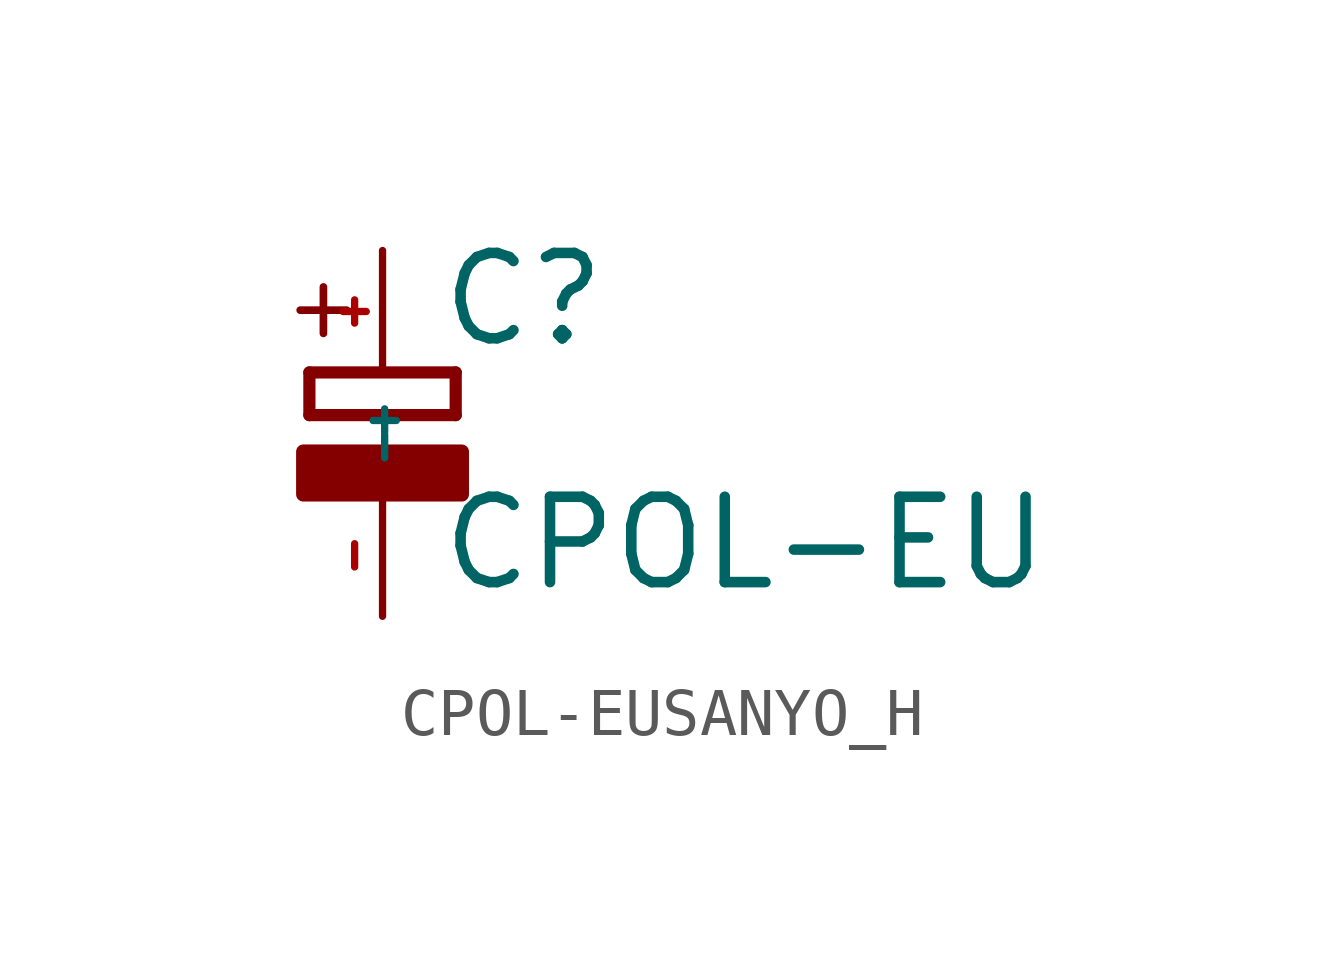
<source format=kicad_sym>
(kicad_symbol_lib
  (version 20220914)
  (generator Eagle2Kicad)
  (symbol "CPOL-EUSANYO_H"
    (property "Reference" "C"
      (at 1.143 0.483 0)
      (effects (font (size 1.778 1.778) (thickness 0.22)) (justify left bottom)))
    (property "Value" "CPOL-EU"
      (at 1.143 -4.597 0)
      (effects (font (size 1.778 1.778) (thickness 0.22)) (justify left bottom)))
    (polyline
      (pts (xy -1.524 -0.889) (xy 1.524 -0.889))
      (stroke (width 0.254) (type default))
      (fill (type none)))
    (polyline
      (pts (xy 1.524 -0.889) (xy 1.524 0))
      (stroke (width 0.254) (type default))
      (fill (type none)))
    (polyline
      (pts (xy -1.524 0) (xy -1.524 -0.889))
      (stroke (width 0.254) (type default))
      (fill (type none)))
    (polyline
      (pts (xy -1.524 0) (xy 1.524 0))
      (stroke (width 0.254) (type default))
      (fill (type none)))
    (text "+"
      (at -0.584 0.406 900)
      (effects (font (size 1.27 1.27) (thickness 0.16)) (justify left bottom)))
    (rectangle
      (start -1.651 -2.54)
      (end 1.651 -1.651)
      (stroke (width 0.3) (type default))
      (fill (type outline)))
    (pin passive line
      (at 0 -5.08 90)
      (length 2.54)
      (name "-" (effects (font (size 0.635 0.635) (thickness 0.08)) (justify left bottom)))
      (number "-" (effects (font (size 0.635 0.635) (thickness 0.08)) (justify left bottom))))
    (pin passive line
      (at 0 2.54 270)
      (length 2.54)
      (name "+" (effects (font (size 0.635 0.635) (thickness 0.08)) (justify left bottom)))
      (number "+" (effects (font (size 0.635 0.635) (thickness 0.08)) (justify left bottom))))))
</source>
